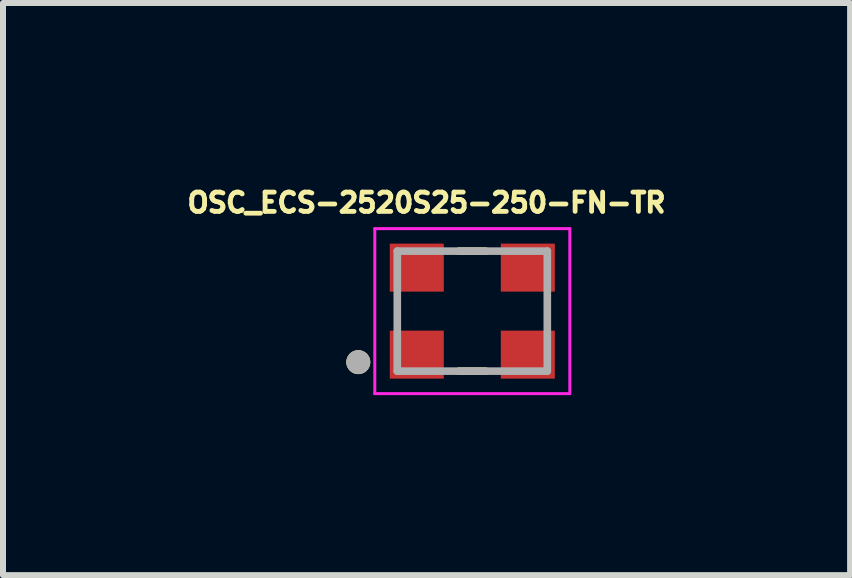
<source format=kicad_pcb>
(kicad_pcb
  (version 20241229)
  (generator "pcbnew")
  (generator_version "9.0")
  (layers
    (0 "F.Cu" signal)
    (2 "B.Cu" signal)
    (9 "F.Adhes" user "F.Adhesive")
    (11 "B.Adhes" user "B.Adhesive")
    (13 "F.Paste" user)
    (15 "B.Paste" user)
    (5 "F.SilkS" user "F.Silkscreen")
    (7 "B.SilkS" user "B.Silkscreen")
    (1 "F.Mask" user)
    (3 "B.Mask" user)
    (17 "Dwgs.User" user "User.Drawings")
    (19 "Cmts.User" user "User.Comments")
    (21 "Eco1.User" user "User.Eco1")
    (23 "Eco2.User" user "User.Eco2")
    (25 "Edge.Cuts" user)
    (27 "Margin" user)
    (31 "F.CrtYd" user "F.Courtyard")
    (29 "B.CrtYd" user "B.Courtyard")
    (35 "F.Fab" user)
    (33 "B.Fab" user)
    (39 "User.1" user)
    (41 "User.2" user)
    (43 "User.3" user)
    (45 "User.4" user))
  (footprint "OSC_ECS-2520S25-250-FN-TR"
    (layer "F.Cu")
    (at 4.821 2.135)
    (property "Reference" "OSC_ECS-2520S25-250-FN-TR" (at -0.763 -1.807 0) (layer "F.SilkS") (effects (font (size 0.321 0.321) (thickness 0.15))))
    (attr through_hole)
    (fp_line (start -0.221 -1) (end 0.221 -1) (stroke (width 0.127) (type solid)) (layer "F.SilkS"))
    (fp_line (start -0.221 1) (end 0.221 1) (stroke (width 0.127) (type solid)) (layer "F.SilkS"))
    (fp_circle (center -1.9 0.85) (end -1.8 0.85) (stroke (width 0.2) (type solid)) (fill no) (layer "F.SilkS"))
    (fp_line (start -1.625 -1.375) (end 1.625 -1.375) (stroke (width 0.05) (type solid)) (layer "F.CrtYd"))
    (fp_line (start -1.625 1.375) (end -1.625 -1.375) (stroke (width 0.05) (type solid)) (layer "F.CrtYd"))
    (fp_line (start 1.625 -1.375) (end 1.625 1.375) (stroke (width 0.05) (type solid)) (layer "F.CrtYd"))
    (fp_line (start 1.625 1.375) (end -1.625 1.375) (stroke (width 0.05) (type solid)) (layer "F.CrtYd"))
    (fp_line (start -1.25 -1) (end 1.25 -1) (stroke (width 0.127) (type solid)) (layer "F.Fab"))
    (fp_line (start -1.25 1) (end -1.25 -1) (stroke (width 0.127) (type solid)) (layer "F.Fab"))
    (fp_line (start 1.25 -1) (end 1.25 1) (stroke (width 0.127) (type solid)) (layer "F.Fab"))
    (fp_line (start 1.25 1) (end -1.25 1) (stroke (width 0.127) (type solid)) (layer "F.Fab"))
    (fp_circle (center -1.9 0.85) (end -1.8 0.85) (stroke (width 0.2) (type solid)) (fill no) (layer "F.Fab"))
    (pad "1" smd rect (at -0.925 0.725 180) (size 0.9 0.8) (layers "F.Cu" "F.Mask" "F.Paste"))
    (pad "2" smd rect (at 0.925 0.725 180) (size 0.9 0.8) (layers "F.Cu" "F.Mask" "F.Paste"))
    (pad "3" smd rect (at 0.925 -0.725 180) (size 0.9 0.8) (layers "F.Cu" "F.Mask" "F.Paste"))
    (pad "4" smd rect (at -0.925 -0.725 180) (size 0.9 0.8) (layers "F.Cu" "F.Mask" "F.Paste")))
  (gr_rect
    (start -3 -3)
    (end 11.117 6.535)
    (stroke (width 0.1) (type default))
    (fill no)
    (layer "Edge.Cuts")))
</source>
